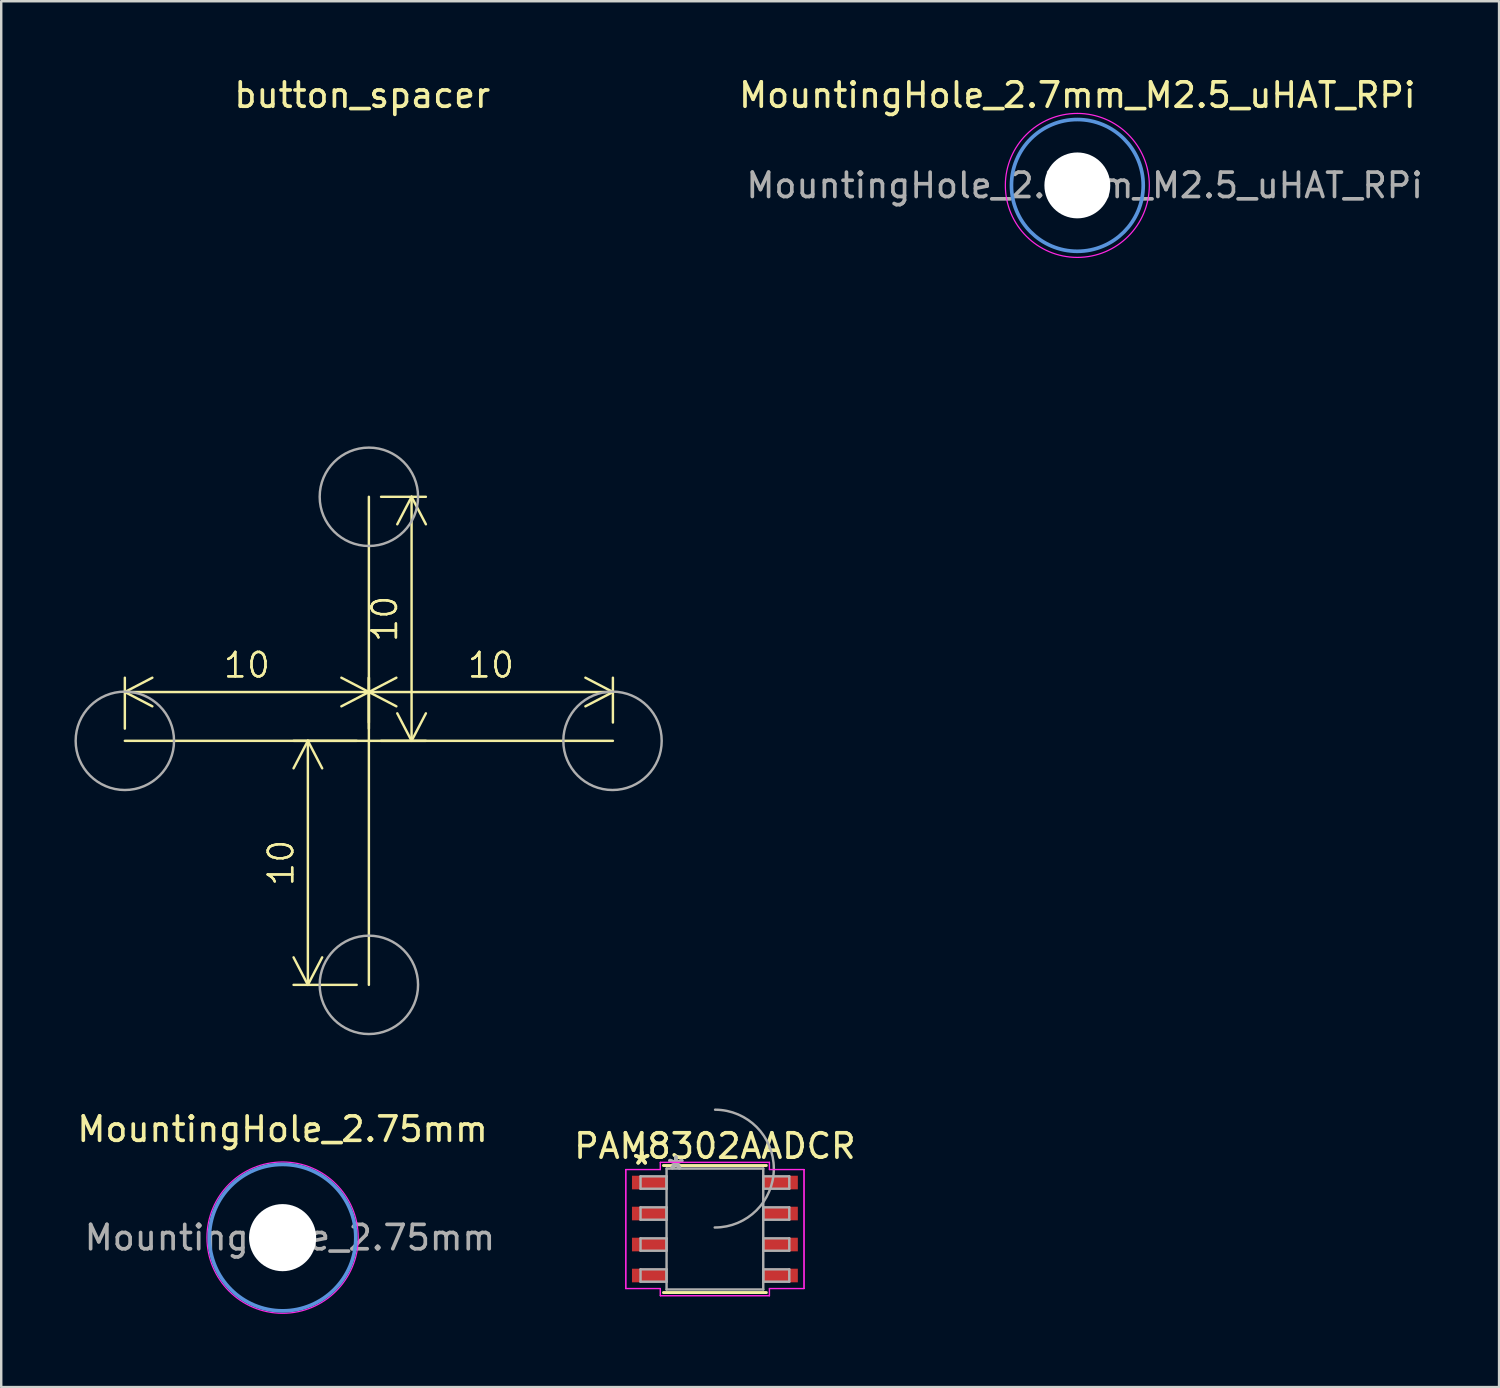
<source format=kicad_pcb>
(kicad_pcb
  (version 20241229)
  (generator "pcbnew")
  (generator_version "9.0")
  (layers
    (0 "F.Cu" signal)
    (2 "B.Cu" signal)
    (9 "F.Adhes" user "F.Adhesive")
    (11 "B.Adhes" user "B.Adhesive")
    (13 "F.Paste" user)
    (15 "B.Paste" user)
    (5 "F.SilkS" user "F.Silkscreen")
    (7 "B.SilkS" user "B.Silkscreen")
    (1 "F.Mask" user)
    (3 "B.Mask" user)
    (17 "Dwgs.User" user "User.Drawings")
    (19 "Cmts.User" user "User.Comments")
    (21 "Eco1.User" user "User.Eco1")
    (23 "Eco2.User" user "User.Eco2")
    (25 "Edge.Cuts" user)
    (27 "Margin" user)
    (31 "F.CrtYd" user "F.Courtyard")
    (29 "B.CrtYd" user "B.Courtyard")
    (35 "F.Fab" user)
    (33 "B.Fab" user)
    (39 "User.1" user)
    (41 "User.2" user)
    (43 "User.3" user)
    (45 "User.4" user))
  (footprint "button_spacer"
    (layer "F.Cu")
    (at 12.066 27.308)
    (property "Reference" "button_spacer" (at -0.27 -26.46 0) (layer "F.SilkS") (effects (font (size 1 1) (thickness 0.15))))
    (attr through_hole)
    (fp_line (start 0 0) (end -10 0) (stroke (width 0.1) (type default)) (layer "F.SilkS"))
    (fp_line (start 0 0) (end 0 -10) (stroke (width 0.1) (type default)) (layer "F.SilkS"))
    (fp_line (start 0 0) (end 0 10) (stroke (width 0.1) (type default)) (layer "F.SilkS"))
    (fp_line (start 0 0) (end 10 0) (stroke (width 0.1) (type default)) (layer "F.SilkS"))
    (fp_circle (center -10 0) (end -12 0.25) (stroke (width 0.1) (type solid)) (fill no) (layer "F.Fab"))
    (fp_circle (center 0 -10) (end -2 -9.75) (stroke (width 0.1) (type solid)) (fill no) (layer "F.Fab"))
    (fp_circle (center 0 10) (end -2 10.25) (stroke (width 0.1) (type solid)) (fill no) (layer "F.Fab"))
    (fp_circle (center 9.984 0) (end 7.984 0.25) (stroke (width 0.1) (type solid)) (fill no) (layer "F.Fab"))
    (dimension (type orthogonal) (layer "F.SilkS") (pts (xy 12.066 27.308) (xy 12.066 37.308)) (height -2.5) (orientation 1) (format (prefix "") (suffix "") (units 3) (units_format 0) (precision 4) (suppress_zeroes yes)) (style (thickness 0.1) (arrow_length 1.27) (text_position_mode 0) (arrow_direction outward) (extension_height 0.586) (extension_offset 0.5) (keep_text_aligned yes)) (gr_text "10" (at 8.466 32.308 90) (layer "F.SilkS") (effects (font (size 1 1) (thickness 0.1)))))
    (dimension (type orthogonal) (layer "F.SilkS") (pts (xy 12.066 27.308) (xy 2.066 27.308)) (height -2) (orientation 0) (format (prefix "") (suffix "") (units 3) (units_format 0) (precision 4) (suppress_zeroes yes)) (style (thickness 0.1) (arrow_length 1.27) (text_position_mode 0) (arrow_direction outward) (extension_height 0.586) (extension_offset 0.5) (keep_text_aligned yes)) (gr_text "10" (at 7.066 24.208 0) (layer "F.SilkS") (effects (font (size 1 1) (thickness 0.1)))))
    (dimension (type orthogonal) (layer "F.SilkS") (pts (xy 12.066 27.058) (xy 22.066 27.058)) (height -1.75) (orientation 0) (format (prefix "") (suffix "") (units 3) (units_format 0) (precision 4) (suppress_zeroes yes)) (style (thickness 0.1) (arrow_length 1.27) (text_position_mode 0) (arrow_direction outward) (extension_height 0.586) (extension_offset 0.5) (keep_text_aligned yes)) (gr_text "10" (at 17.066 24.208 0) (layer "F.SilkS") (effects (font (size 1 1) (thickness 0.1)))))
    (dimension (type orthogonal) (layer "F.SilkS") (pts (xy 12.066 27.308) (xy 12.066 17.308)) (height 1.75) (orientation 1) (format (prefix "") (suffix "") (units 3) (units_format 0) (precision 4) (suppress_zeroes yes)) (style (thickness 0.1) (arrow_length 1.27) (text_position_mode 0) (arrow_direction outward) (extension_height 0.586) (extension_offset 0.5) (keep_text_aligned yes)) (gr_text "10" (at 12.716 22.308 90) (layer "F.SilkS") (effects (font (size 1 1) (thickness 0.1))))))
  (footprint "MountingHole_2.7mm_M2.5_uHAT_RPi"
    (layer "F.Cu")
    (at 41.098 4.548)
    (property "Reference" "MountingHole_2.7mm_M2.5_uHAT_RPi" (at 0 -3.7 0) (layer "F.SilkS") (effects (font (size 1 1) (thickness 0.15))))
    (attr exclude_from_pos_files exclude_from_bom)
    (fp_circle (center 0 0) (end 2.7 0) (stroke (width 0.15) (type solid)) (fill no) (layer "Cmts.User"))
    (fp_circle (center 0 0) (end 2.95 0) (stroke (width 0.05) (type solid)) (fill no) (layer "F.CrtYd"))
    (fp_text user "${REFERENCE}" (at 0.3 0 0) (layer "F.Fab") (effects (font (size 1 1) (thickness 0.15))))
    (pad "" np_thru_hole circle (at 0 0) (size 2.7 2.7) (drill 2.7) (layers "*.Cu" "*.Mask")))
  (footprint "MountingHole_2.75mm"
    (layer "F.Cu")
    (at 8.53 47.667)
    (property "Reference" "MountingHole_2.75mm" (at 0 -4.445 0) (layer "F.SilkS") (effects (font (size 1 1) (thickness 0.15))))
    (attr exclude_from_pos_files exclude_from_bom)
    (fp_circle (center 0 0) (end 3 0) (stroke (width 0.15) (type solid)) (fill no) (layer "Cmts.User"))
    (fp_circle (center 0 0) (end 3.1 0) (stroke (width 0.05) (type solid)) (fill no) (layer "F.CrtYd"))
    (fp_text user "${REFERENCE}" (at 0.3 0 0) (layer "F.Fab") (effects (font (size 1 1) (thickness 0.15))))
    (pad "" np_thru_hole circle (at 0 0) (size 2.75 2.75) (drill 2.75) (layers "*.Cu" "*.Mask")))
  (footprint "PAM8302AADCR"
    (layer "F.Cu")
    (at 26.246 47.314)
    (property "Reference" "PAM8302AADCR" (at 0 -3.4 0) (layer "F.SilkS") (effects (font (size 1 1) (thickness 0.15))))
    (attr through_hole)
    (fp_line (start -2.108 2.603) (end 2.108 2.603) (stroke (width 0.12) (type solid)) (layer "F.SilkS"))
    (fp_line (start 2.108 -2.603) (end -2.108 -2.603) (stroke (width 0.12) (type solid)) (layer "F.SilkS"))
    (fp_line (start -3.652 -2.438) (end -2.235 -2.438) (stroke (width 0.05) (type solid)) (layer "F.CrtYd"))
    (fp_line (start -3.652 -2.438) (end -2.235 -2.438) (stroke (width 0.05) (type solid)) (layer "F.CrtYd"))
    (fp_line (start -3.652 2.438) (end -3.652 -2.438) (stroke (width 0.05) (type solid)) (layer "F.CrtYd"))
    (fp_line (start -3.652 2.438) (end -3.652 -2.438) (stroke (width 0.05) (type solid)) (layer "F.CrtYd"))
    (fp_line (start -3.652 2.438) (end -2.235 2.438) (stroke (width 0.05) (type solid)) (layer "F.CrtYd"))
    (fp_line (start -2.235 -2.731) (end 2.235 -2.731) (stroke (width 0.05) (type solid)) (layer "F.CrtYd"))
    (fp_line (start -2.235 -2.731) (end 2.235 -2.731) (stroke (width 0.05) (type solid)) (layer "F.CrtYd"))
    (fp_line (start -2.235 -2.438) (end -2.235 -2.731) (stroke (width 0.05) (type solid)) (layer "F.CrtYd"))
    (fp_line (start -2.235 -2.438) (end -2.235 -2.731) (stroke (width 0.05) (type solid)) (layer "F.CrtYd"))
    (fp_line (start -2.235 2.438) (end -3.652 2.438) (stroke (width 0.05) (type solid)) (layer "F.CrtYd"))
    (fp_line (start -2.235 2.731) (end -2.235 2.438) (stroke (width 0.05) (type solid)) (layer "F.CrtYd"))
    (fp_line (start -2.235 2.731) (end -2.235 2.438) (stroke (width 0.05) (type solid)) (layer "F.CrtYd"))
    (fp_line (start 2.235 -2.731) (end 2.235 -2.438) (stroke (width 0.05) (type solid)) (layer "F.CrtYd"))
    (fp_line (start 2.235 -2.731) (end 2.235 -2.438) (stroke (width 0.05) (type solid)) (layer "F.CrtYd"))
    (fp_line (start 2.235 -2.438) (end 3.652 -2.438) (stroke (width 0.05) (type solid)) (layer "F.CrtYd"))
    (fp_line (start 2.235 2.438) (end 2.235 2.731) (stroke (width 0.05) (type solid)) (layer "F.CrtYd"))
    (fp_line (start 2.235 2.438) (end 2.235 2.731) (stroke (width 0.05) (type solid)) (layer "F.CrtYd"))
    (fp_line (start 2.235 2.731) (end -2.235 2.731) (stroke (width 0.05) (type solid)) (layer "F.CrtYd"))
    (fp_line (start 2.235 2.731) (end -2.235 2.731) (stroke (width 0.05) (type solid)) (layer "F.CrtYd"))
    (fp_line (start 3.652 -2.438) (end 2.235 -2.438) (stroke (width 0.05) (type solid)) (layer "F.CrtYd"))
    (fp_line (start 3.652 -2.438) (end 3.652 2.438) (stroke (width 0.05) (type solid)) (layer "F.CrtYd"))
    (fp_line (start 3.652 -2.438) (end 3.652 2.438) (stroke (width 0.05) (type solid)) (layer "F.CrtYd"))
    (fp_line (start 3.652 2.438) (end 2.235 2.438) (stroke (width 0.05) (type solid)) (layer "F.CrtYd"))
    (fp_line (start 3.652 2.438) (end 2.235 2.438) (stroke (width 0.05) (type solid)) (layer "F.CrtYd"))
    (fp_line (start -3.048 -2.159) (end -3.048 -1.651) (stroke (width 0.1) (type solid)) (layer "F.Fab"))
    (fp_line (start -3.048 -1.651) (end -1.981 -1.651) (stroke (width 0.1) (type solid)) (layer "F.Fab"))
    (fp_line (start -3.048 -0.889) (end -3.048 -0.381) (stroke (width 0.1) (type solid)) (layer "F.Fab"))
    (fp_line (start -3.048 -0.381) (end -1.981 -0.381) (stroke (width 0.1) (type solid)) (layer "F.Fab"))
    (fp_line (start -3.048 0.381) (end -3.048 0.889) (stroke (width 0.1) (type solid)) (layer "F.Fab"))
    (fp_line (start -3.048 0.889) (end -1.981 0.889) (stroke (width 0.1) (type solid)) (layer "F.Fab"))
    (fp_line (start -3.048 1.651) (end -3.048 2.159) (stroke (width 0.1) (type solid)) (layer "F.Fab"))
    (fp_line (start -3.048 2.159) (end -1.981 2.159) (stroke (width 0.1) (type solid)) (layer "F.Fab"))
    (fp_line (start -1.981 -2.477) (end -1.981 2.477) (stroke (width 0.1) (type solid)) (layer "F.Fab"))
    (fp_line (start -1.981 -2.159) (end -3.048 -2.159) (stroke (width 0.1) (type solid)) (layer "F.Fab"))
    (fp_line (start -1.981 -1.651) (end -1.981 -2.159) (stroke (width 0.1) (type solid)) (layer "F.Fab"))
    (fp_line (start -1.981 -0.889) (end -3.048 -0.889) (stroke (width 0.1) (type solid)) (layer "F.Fab"))
    (fp_line (start -1.981 -0.381) (end -1.981 -0.889) (stroke (width 0.1) (type solid)) (layer "F.Fab"))
    (fp_line (start -1.981 0.381) (end -3.048 0.381) (stroke (width 0.1) (type solid)) (layer "F.Fab"))
    (fp_line (start -1.981 0.889) (end -1.981 0.381) (stroke (width 0.1) (type solid)) (layer "F.Fab"))
    (fp_line (start -1.981 1.651) (end -3.048 1.651) (stroke (width 0.1) (type solid)) (layer "F.Fab"))
    (fp_line (start -1.981 2.159) (end -1.981 1.651) (stroke (width 0.1) (type solid)) (layer "F.Fab"))
    (fp_line (start -1.981 2.477) (end 1.981 2.477) (stroke (width 0.1) (type solid)) (layer "F.Fab"))
    (fp_line (start 1.981 -2.477) (end -1.981 -2.477) (stroke (width 0.1) (type solid)) (layer "F.Fab"))
    (fp_line (start 1.981 -2.159) (end 1.981 -1.651) (stroke (width 0.1) (type solid)) (layer "F.Fab"))
    (fp_line (start 1.981 -1.651) (end 3.048 -1.651) (stroke (width 0.1) (type solid)) (layer "F.Fab"))
    (fp_line (start 1.981 -0.889) (end 1.981 -0.381) (stroke (width 0.1) (type solid)) (layer "F.Fab"))
    (fp_line (start 1.981 -0.381) (end 3.048 -0.381) (stroke (width 0.1) (type solid)) (layer "F.Fab"))
    (fp_line (start 1.981 0.381) (end 1.981 0.889) (stroke (width 0.1) (type solid)) (layer "F.Fab"))
    (fp_line (start 1.981 0.889) (end 3.048 0.889) (stroke (width 0.1) (type solid)) (layer "F.Fab"))
    (fp_line (start 1.981 1.651) (end 1.981 2.159) (stroke (width 0.1) (type solid)) (layer "F.Fab"))
    (fp_line (start 1.981 2.159) (end 3.048 2.159) (stroke (width 0.1) (type solid)) (layer "F.Fab"))
    (fp_line (start 1.981 2.477) (end 1.981 -2.477) (stroke (width 0.1) (type solid)) (layer "F.Fab"))
    (fp_line (start 3.048 -2.159) (end 1.981 -2.159) (stroke (width 0.1) (type solid)) (layer "F.Fab"))
    (fp_line (start 3.048 -1.651) (end 3.048 -2.159) (stroke (width 0.1) (type solid)) (layer "F.Fab"))
    (fp_line (start 3.048 -0.889) (end 1.981 -0.889) (stroke (width 0.1) (type solid)) (layer "F.Fab"))
    (fp_line (start 3.048 -0.381) (end 3.048 -0.889) (stroke (width 0.1) (type solid)) (layer "F.Fab"))
    (fp_line (start 3.048 0.381) (end 1.981 0.381) (stroke (width 0.1) (type solid)) (layer "F.Fab"))
    (fp_line (start 3.048 0.889) (end 3.048 0.381) (stroke (width 0.1) (type solid)) (layer "F.Fab"))
    (fp_line (start 3.048 1.651) (end 1.981 1.651) (stroke (width 0.1) (type solid)) (layer "F.Fab"))
    (fp_line (start 3.048 2.159) (end 3.048 1.651) (stroke (width 0.1) (type solid)) (layer "F.Fab"))
    (fp_arc (start 0.007742 -4.890097) (mid 2.413597 -2.468758) (end -0.007742 -0.062903) (stroke (width 0.1) (type solid)) (layer "F.Fab"))
    (fp_text user "*" (at -3 -2.6 0) (layer "F.SilkS") (effects (font (size 1 1) (thickness 0.15))))
    (fp_text user "*" (at -3 -2.6 0) (layer "F.SilkS") (effects (font (size 1 1) (thickness 0.15))))
    (fp_text user "Copyright 2021 Accelerated Designs. All rights reserved." (at 0 0 0) (layer "Cmts.User") (effects (font (size 0.127 0.127) (thickness 0.002))))
    (fp_text user "*" (at -1.6 -2.4 0) (layer "F.Fab") (effects (font (size 1 1) (thickness 0.15))))
    (fp_text user "*" (at -1.6 -2.4 0) (layer "F.Fab") (effects (font (size 1 1) (thickness 0.15))))
    (pad "1" smd rect (at -2.69 -1.905) (size 1.417 0.558) (layers "F.Cu" "F.Mask" "F.Paste"))
    (pad "2" smd rect (at -2.69 -0.635) (size 1.417 0.558) (layers "F.Cu" "F.Mask" "F.Paste"))
    (pad "3" smd rect (at -2.69 0.635) (size 1.417 0.558) (layers "F.Cu" "F.Mask" "F.Paste"))
    (pad "4" smd rect (at -2.69 1.905) (size 1.417 0.558) (layers "F.Cu" "F.Mask" "F.Paste"))
    (pad "5" smd rect (at 2.69 1.905) (size 1.417 0.558) (layers "F.Cu" "F.Mask" "F.Paste"))
    (pad "6" smd rect (at 2.69 0.635) (size 1.417 0.558) (layers "F.Cu" "F.Mask" "F.Paste"))
    (pad "7" smd rect (at 2.69 -0.635) (size 1.417 0.558) (layers "F.Cu" "F.Mask" "F.Paste"))
    (pad "8" smd rect (at 2.69 -1.905) (size 1.417 0.558) (layers "F.Cu" "F.Mask" "F.Paste")))
  (gr_rect
    (start -3 -3)
    (end 58.38 53.792)
    (stroke (width 0.1) (type default))
    (fill no)
    (layer "Edge.Cuts")))
</source>
